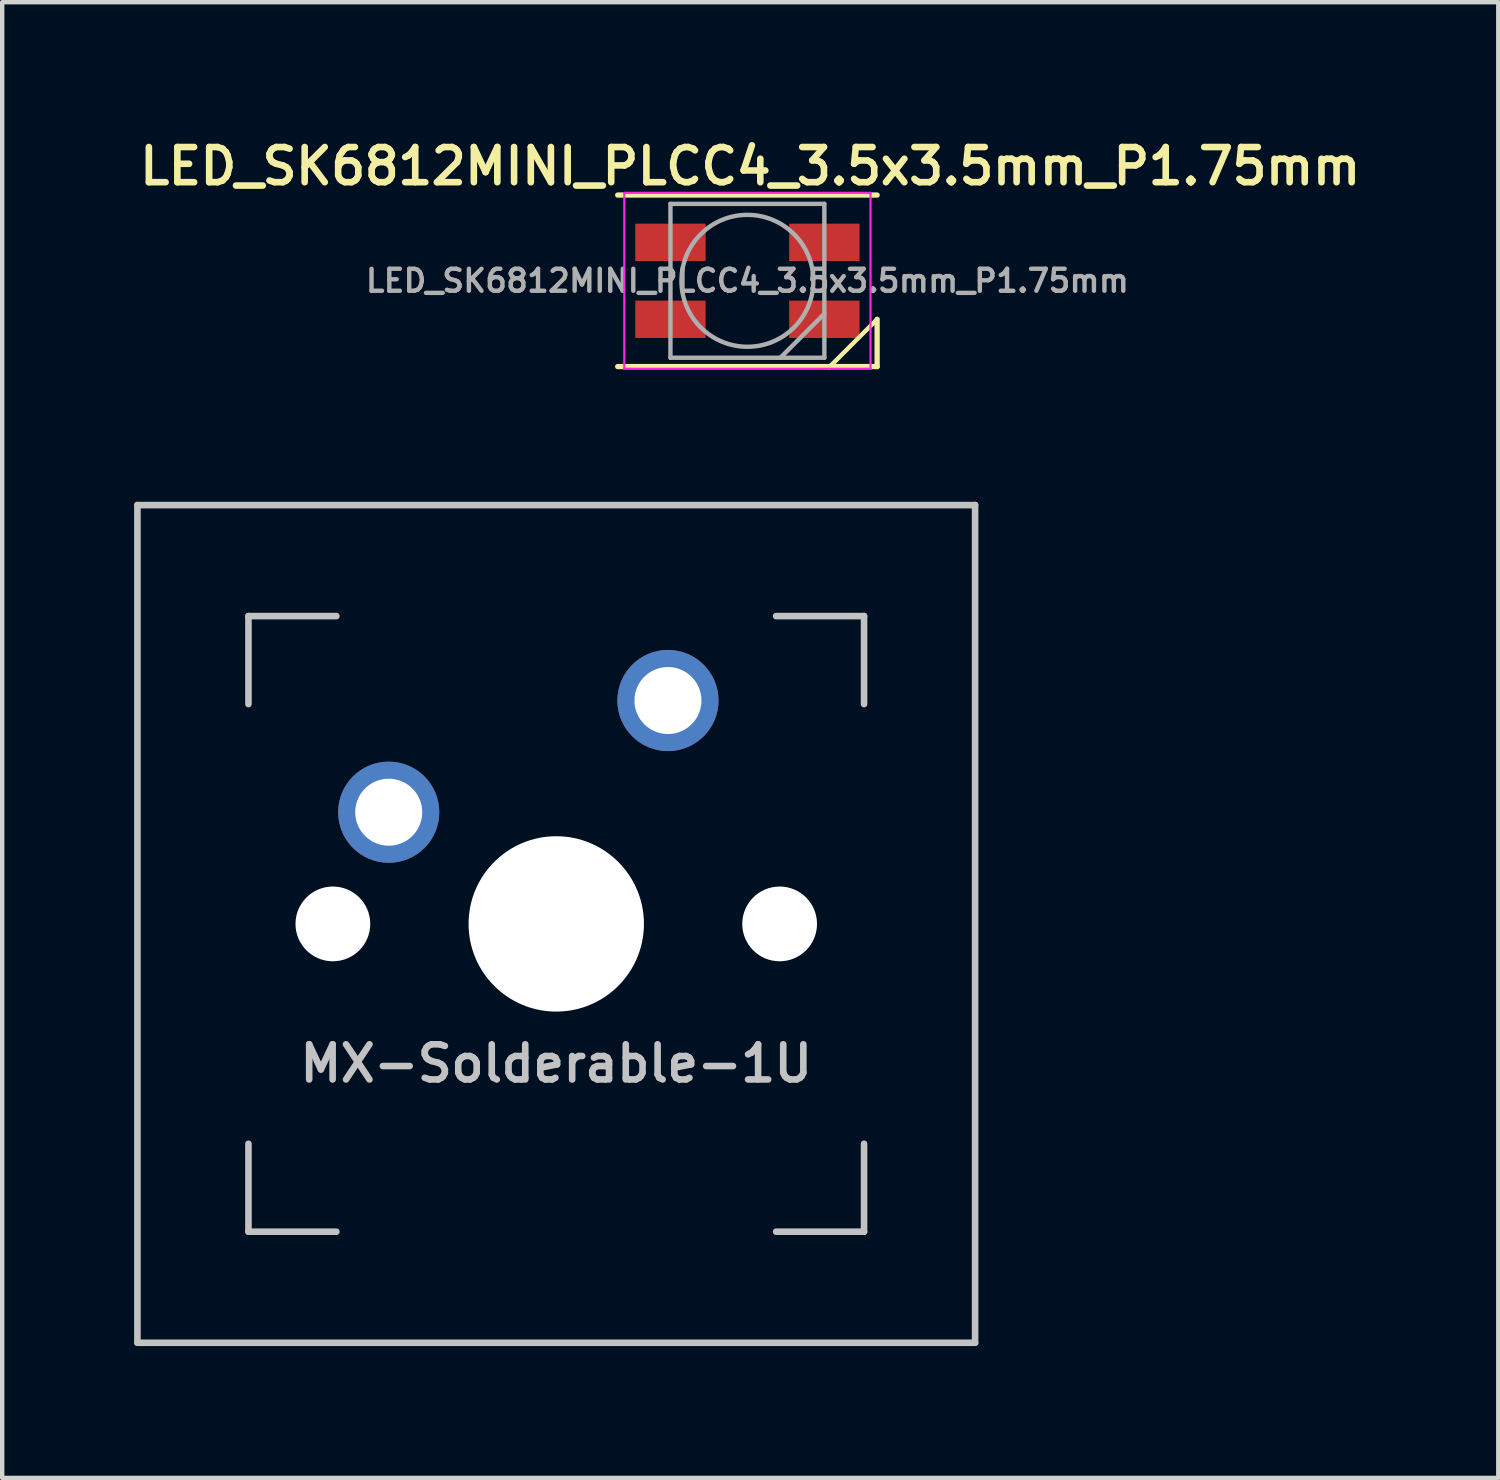
<source format=kicad_pcb>
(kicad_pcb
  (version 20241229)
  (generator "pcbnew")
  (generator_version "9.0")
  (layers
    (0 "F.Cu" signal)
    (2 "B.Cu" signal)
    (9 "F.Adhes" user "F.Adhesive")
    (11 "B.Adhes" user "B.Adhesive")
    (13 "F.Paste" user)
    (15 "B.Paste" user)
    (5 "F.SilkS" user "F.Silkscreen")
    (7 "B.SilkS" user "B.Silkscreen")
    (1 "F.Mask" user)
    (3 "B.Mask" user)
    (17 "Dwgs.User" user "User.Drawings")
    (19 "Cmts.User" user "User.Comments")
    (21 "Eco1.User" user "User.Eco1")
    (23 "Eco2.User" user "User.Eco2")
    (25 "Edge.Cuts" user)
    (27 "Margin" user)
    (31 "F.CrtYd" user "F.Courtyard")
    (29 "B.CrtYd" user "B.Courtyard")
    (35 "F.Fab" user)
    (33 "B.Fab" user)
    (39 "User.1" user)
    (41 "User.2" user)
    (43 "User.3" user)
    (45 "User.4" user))
  (footprint "MX-Solderable-1U"
    (layer "F.Cu")
    (at 9.6 17.961)
    (property "Reference" "MX-Solderable-1U" (at 0 3.175 0) (layer "Dwgs.User") (effects (font (size 0.8 0.8) (thickness 0.15))))
    (attr through_hole)
    (fp_line (start -9.525 9.525) (end -9.525 -9.525) (stroke (width 0.15) (type solid)) (layer "Dwgs.User"))
    (fp_line (start -7 -7) (end -7 -5) (stroke (width 0.15) (type solid)) (layer "Dwgs.User"))
    (fp_line (start -7 5) (end -7 7) (stroke (width 0.15) (type solid)) (layer "Dwgs.User"))
    (fp_line (start -7 7) (end -5 7) (stroke (width 0.15) (type solid)) (layer "Dwgs.User"))
    (fp_line (start -5 -7) (end -7 -7) (stroke (width 0.15) (type solid)) (layer "Dwgs.User"))
    (fp_line (start 5 -7) (end 7 -7) (stroke (width 0.15) (type solid)) (layer "Dwgs.User"))
    (fp_line (start 5 7) (end 7 7) (stroke (width 0.15) (type solid)) (layer "Dwgs.User"))
    (fp_line (start 7 -7) (end 7 -5) (stroke (width 0.15) (type solid)) (layer "Dwgs.User"))
    (fp_line (start 7 7) (end 7 5) (stroke (width 0.15) (type solid)) (layer "Dwgs.User"))
    (fp_line (start 9.525 -9.525) (end -9.525 -9.525) (stroke (width 0.15) (type solid)) (layer "Dwgs.User"))
    (fp_line (start 9.525 9.525) (end -9.525 9.525) (stroke (width 0.15) (type solid)) (layer "Dwgs.User"))
    (fp_line (start 9.525 9.525) (end 9.525 -9.525) (stroke (width 0.15) (type solid)) (layer "Dwgs.User"))
    (pad "" np_thru_hole circle (at -5.08 0 48.099) (size 1.7 1.7) (drill 1.7) (layers "*.Cu" "*.Mask"))
    (pad "" np_thru_hole circle (at 0 0) (size 3.988 3.988) (drill 3.988) (layers "*.Cu" "*.Mask"))
    (pad "" np_thru_hole circle (at 5.08 0 48.099) (size 1.7 1.7) (drill 1.7) (layers "*.Cu" "*.Mask"))
    (pad "1" thru_hole circle (at -3.81 -2.54) (size 2.3 2.3) (drill 1.524) (layers "*.Cu" "B.Mask"))
    (pad "2" thru_hole circle (at 2.54 -5.08) (size 2.3 2.3) (drill 1.524) (layers "*.Cu" "B.Mask")))
  (footprint "LED_SK6812MINI_PLCC4_3.5x3.5mm_P1.75mm"
    (layer "F.Cu")
    (at 13.947 3.336)
    (property "Reference" "LED_SK6812MINI_PLCC4_3.5x3.5mm_P1.75mm" (at 0.065 -2.605 0) (layer "F.SilkS") (effects (font (size 0.8 0.8) (thickness 0.15))))
    (attr smd)
    (fp_line (start -2.95 -1.95) (end 2.95 -1.95) (stroke (width 0.12) (type solid)) (layer "F.SilkS"))
    (fp_line (start -2.95 1.95) (end 2.95 1.95) (stroke (width 0.12) (type solid)) (layer "F.SilkS"))
    (fp_line (start 2.95 0.875) (end 1.85 1.975) (stroke (width 0.1) (type default)) (layer "F.SilkS"))
    (fp_line (start 2.95 1.95) (end 2.95 0.875) (stroke (width 0.12) (type solid)) (layer "F.SilkS"))
    (fp_line (start -2.8 -2) (end -2.8 2) (stroke (width 0.05) (type solid)) (layer "F.CrtYd"))
    (fp_line (start -2.8 2) (end 2.8 2) (stroke (width 0.05) (type solid)) (layer "F.CrtYd"))
    (fp_line (start 2.8 -2) (end -2.8 -2) (stroke (width 0.05) (type solid)) (layer "F.CrtYd"))
    (fp_line (start 2.8 2) (end 2.8 -2) (stroke (width 0.05) (type solid)) (layer "F.CrtYd"))
    (fp_line (start -1.75 -1.75) (end -1.75 1.75) (stroke (width 0.1) (type solid)) (layer "F.Fab"))
    (fp_line (start -1.75 1.75) (end 1.75 1.75) (stroke (width 0.1) (type solid)) (layer "F.Fab"))
    (fp_line (start 1.75 -1.75) (end -1.75 -1.75) (stroke (width 0.1) (type solid)) (layer "F.Fab"))
    (fp_line (start 1.75 0.75) (end 0.75 1.75) (stroke (width 0.1) (type solid)) (layer "F.Fab"))
    (fp_line (start 1.75 1.75) (end 1.75 -1.75) (stroke (width 0.1) (type solid)) (layer "F.Fab"))
    (fp_circle (center 0 0) (end 0 -1.5) (stroke (width 0.1) (type solid)) (fill no) (layer "F.Fab"))
    (fp_text user "${REFERENCE}" (at 0 0 0) (layer "F.Fab") (effects (font (size 0.5 0.5) (thickness 0.1))))
    (pad "1" smd rect (at -1.75 -0.875) (size 1.6 0.85) (layers "F.Cu" "F.Mask" "F.Paste"))
    (pad "2" smd rect (at -1.75 0.875) (size 1.6 0.85) (layers "F.Cu" "F.Mask" "F.Paste"))
    (pad "3" smd rect (at 1.75 0.875) (size 1.6 0.85) (layers "F.Cu" "F.Mask" "F.Paste"))
    (pad "4" smd rect (at 1.75 -0.875) (size 1.6 0.85) (layers "F.Cu" "F.Mask" "F.Paste")))
  (gr_rect
    (start -3 -3)
    (end 31.023 30.561)
    (stroke (width 0.1) (type default))
    (fill no)
    (layer "Edge.Cuts")))
</source>
